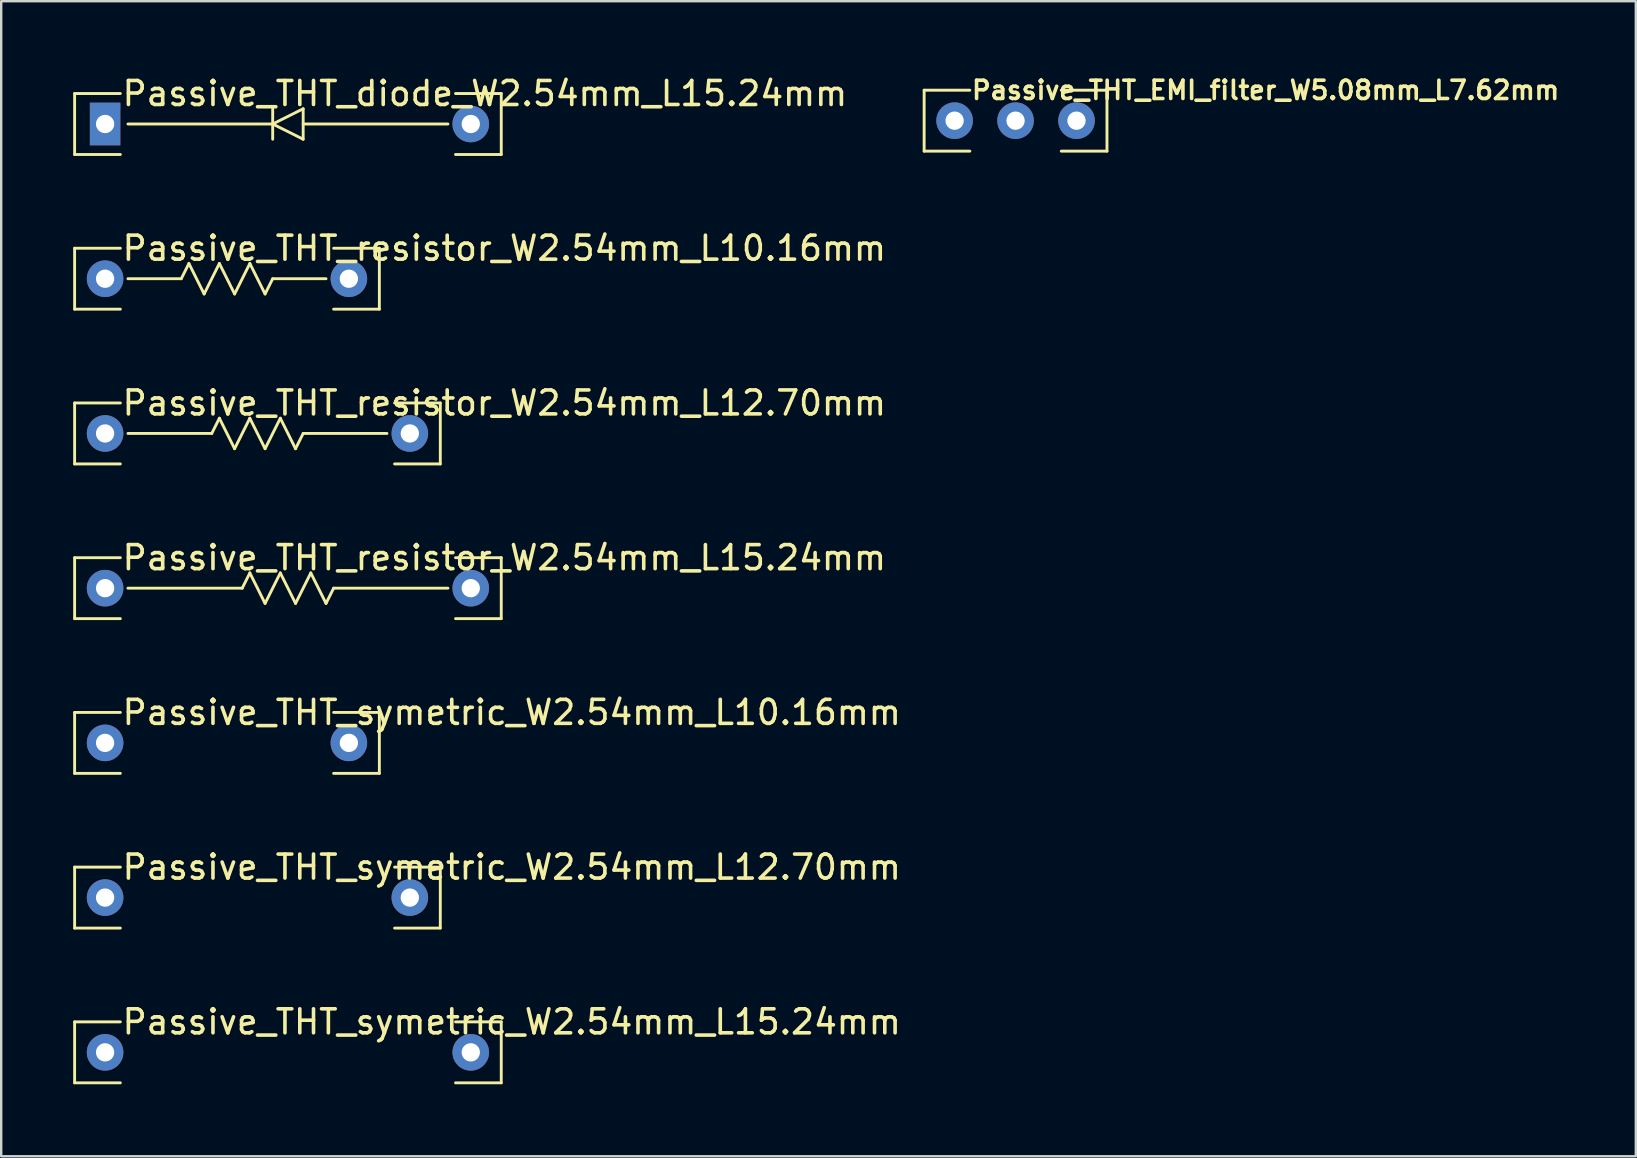
<source format=kicad_pcb>
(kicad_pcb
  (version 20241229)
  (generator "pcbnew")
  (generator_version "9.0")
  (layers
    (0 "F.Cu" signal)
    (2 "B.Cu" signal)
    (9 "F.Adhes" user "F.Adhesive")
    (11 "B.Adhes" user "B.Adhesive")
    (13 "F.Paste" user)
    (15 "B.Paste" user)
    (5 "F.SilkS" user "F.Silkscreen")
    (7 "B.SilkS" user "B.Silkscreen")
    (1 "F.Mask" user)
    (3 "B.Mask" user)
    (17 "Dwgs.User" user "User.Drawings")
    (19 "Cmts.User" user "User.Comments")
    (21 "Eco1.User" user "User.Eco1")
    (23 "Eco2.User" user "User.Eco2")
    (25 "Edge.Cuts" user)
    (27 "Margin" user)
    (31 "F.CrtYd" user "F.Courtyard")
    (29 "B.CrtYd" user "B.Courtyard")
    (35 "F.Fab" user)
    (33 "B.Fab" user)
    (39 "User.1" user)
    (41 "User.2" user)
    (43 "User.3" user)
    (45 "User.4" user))
  (footprint "Passive_THT_resistor_W2.54mm_L10.16mm"
    (layer "F.Cu")
    (at 6.41 8.566)
    (property "Reference" "Passive_THT_resistor_W2.54mm_L10.16mm" (at -4.445 -1.27 0) (layer "F.SilkS") (effects (font (size 1 1) (thickness 0.15)) (justify left)))
    (attr through_hole)
    (fp_line (start -6.35 -1.27) (end -4.445 -1.27) (stroke (width 0.12) (type solid)) (layer "F.SilkS"))
    (fp_line (start -6.35 1.27) (end -6.35 -1.27) (stroke (width 0.12) (type solid)) (layer "F.SilkS"))
    (fp_line (start -4.445 1.27) (end -6.35 1.27) (stroke (width 0.12) (type solid)) (layer "F.SilkS"))
    (fp_line (start -4.128 0) (end -1.905 0) (stroke (width 0.12) (type solid)) (layer "F.SilkS"))
    (fp_line (start -1.905 0) (end -1.587 -0.635) (stroke (width 0.12) (type solid)) (layer "F.SilkS"))
    (fp_line (start -1.587 -0.635) (end -0.953 0.635) (stroke (width 0.12) (type solid)) (layer "F.SilkS"))
    (fp_line (start -0.953 0.635) (end -0.318 -0.635) (stroke (width 0.12) (type solid)) (layer "F.SilkS"))
    (fp_line (start -0.318 -0.635) (end 0.318 0.635) (stroke (width 0.12) (type solid)) (layer "F.SilkS"))
    (fp_line (start 0.318 0.635) (end 0.953 -0.635) (stroke (width 0.12) (type solid)) (layer "F.SilkS"))
    (fp_line (start 0.953 -0.635) (end 1.587 0.635) (stroke (width 0.12) (type solid)) (layer "F.SilkS"))
    (fp_line (start 1.587 0.635) (end 1.905 0) (stroke (width 0.12) (type solid)) (layer "F.SilkS"))
    (fp_line (start 1.905 0) (end 4.128 0) (stroke (width 0.12) (type solid)) (layer "F.SilkS"))
    (fp_line (start 4.445 -1.27) (end 6.35 -1.27) (stroke (width 0.12) (type solid)) (layer "F.SilkS"))
    (fp_line (start 6.35 -1.27) (end 6.35 1.27) (stroke (width 0.12) (type solid)) (layer "F.SilkS"))
    (fp_line (start 6.35 1.27) (end 4.445 1.27) (stroke (width 0.12) (type solid)) (layer "F.SilkS"))
    (pad "1" thru_hole circle (at -5.08 0) (size 1.524 1.524) (drill 0.762) (layers "*.Cu" "*.Mask"))
    (pad "2" thru_hole circle (at 5.08 0) (size 1.524 1.524) (drill 0.762) (layers "*.Cu" "*.Mask")))
  (footprint "Passive_THT_resistor_W2.54mm_L12.70mm"
    (layer "F.Cu")
    (at 7.68 15.015)
    (property "Reference" "Passive_THT_resistor_W2.54mm_L12.70mm" (at -5.715 -1.27 0) (layer "F.SilkS") (effects (font (size 1 1) (thickness 0.15)) (justify left)))
    (attr through_hole)
    (fp_line (start -7.62 -1.27) (end -5.715 -1.27) (stroke (width 0.12) (type solid)) (layer "F.SilkS"))
    (fp_line (start -7.62 1.27) (end -7.62 -1.27) (stroke (width 0.12) (type solid)) (layer "F.SilkS"))
    (fp_line (start -5.715 1.27) (end -7.62 1.27) (stroke (width 0.12) (type solid)) (layer "F.SilkS"))
    (fp_line (start -5.397 0) (end -1.905 0) (stroke (width 0.12) (type solid)) (layer "F.SilkS"))
    (fp_line (start -1.905 0) (end -1.587 -0.635) (stroke (width 0.12) (type solid)) (layer "F.SilkS"))
    (fp_line (start -1.587 -0.635) (end -0.953 0.635) (stroke (width 0.12) (type solid)) (layer "F.SilkS"))
    (fp_line (start -0.953 0.635) (end -0.318 -0.635) (stroke (width 0.12) (type solid)) (layer "F.SilkS"))
    (fp_line (start -0.318 -0.635) (end 0.318 0.635) (stroke (width 0.12) (type solid)) (layer "F.SilkS"))
    (fp_line (start 0.318 0.635) (end 0.953 -0.635) (stroke (width 0.12) (type solid)) (layer "F.SilkS"))
    (fp_line (start 0.953 -0.635) (end 1.587 0.635) (stroke (width 0.12) (type solid)) (layer "F.SilkS"))
    (fp_line (start 1.587 0.635) (end 1.905 0) (stroke (width 0.12) (type solid)) (layer "F.SilkS"))
    (fp_line (start 1.905 0) (end 5.397 0) (stroke (width 0.12) (type solid)) (layer "F.SilkS"))
    (fp_line (start 5.715 -1.27) (end 7.62 -1.27) (stroke (width 0.12) (type solid)) (layer "F.SilkS"))
    (fp_line (start 7.62 -1.27) (end 7.62 1.27) (stroke (width 0.12) (type solid)) (layer "F.SilkS"))
    (fp_line (start 7.62 1.27) (end 5.715 1.27) (stroke (width 0.12) (type solid)) (layer "F.SilkS"))
    (pad "1" thru_hole circle (at -6.35 0) (size 1.524 1.524) (drill 0.762) (layers "*.Cu" "*.Mask"))
    (pad "2" thru_hole circle (at 6.35 0) (size 1.524 1.524) (drill 0.762) (layers "*.Cu" "*.Mask")))
  (footprint "Passive_THT_symetric_W2.54mm_L15.24mm"
    (layer "F.Cu")
    (at 8.95 40.808)
    (property "Reference" "Passive_THT_symetric_W2.54mm_L15.24mm" (at -6.985 -1.27 0) (layer "F.SilkS") (effects (font (size 1 1) (thickness 0.15)) (justify left)))
    (attr through_hole)
    (fp_line (start -8.89 -1.27) (end -6.985 -1.27) (stroke (width 0.12) (type solid)) (layer "F.SilkS"))
    (fp_line (start -8.89 1.27) (end -8.89 -1.27) (stroke (width 0.12) (type solid)) (layer "F.SilkS"))
    (fp_line (start -6.985 1.27) (end -8.89 1.27) (stroke (width 0.12) (type solid)) (layer "F.SilkS"))
    (fp_line (start 6.985 -1.27) (end 8.89 -1.27) (stroke (width 0.12) (type solid)) (layer "F.SilkS"))
    (fp_line (start 8.89 -1.27) (end 8.89 1.27) (stroke (width 0.12) (type solid)) (layer "F.SilkS"))
    (fp_line (start 8.89 1.27) (end 6.985 1.27) (stroke (width 0.12) (type solid)) (layer "F.SilkS"))
    (pad "1" thru_hole circle (at -7.62 0) (size 1.524 1.524) (drill 0.762) (layers "*.Cu" "*.Mask"))
    (pad "2" thru_hole circle (at 7.62 0) (size 1.524 1.524) (drill 0.762) (layers "*.Cu" "*.Mask")))
  (footprint "Passive_THT_symetric_W2.54mm_L10.16mm"
    (layer "F.Cu")
    (at 6.41 27.911)
    (property "Reference" "Passive_THT_symetric_W2.54mm_L10.16mm" (at -4.445 -1.27 0) (layer "F.SilkS") (effects (font (size 1 1) (thickness 0.15)) (justify left)))
    (attr through_hole)
    (fp_line (start -6.35 -1.27) (end -4.445 -1.27) (stroke (width 0.12) (type solid)) (layer "F.SilkS"))
    (fp_line (start -6.35 1.27) (end -6.35 -1.27) (stroke (width 0.12) (type solid)) (layer "F.SilkS"))
    (fp_line (start -4.445 1.27) (end -6.35 1.27) (stroke (width 0.12) (type solid)) (layer "F.SilkS"))
    (fp_line (start 4.445 -1.27) (end 6.35 -1.27) (stroke (width 0.12) (type solid)) (layer "F.SilkS"))
    (fp_line (start 6.35 -1.27) (end 6.35 1.27) (stroke (width 0.12) (type solid)) (layer "F.SilkS"))
    (fp_line (start 6.35 1.27) (end 4.445 1.27) (stroke (width 0.12) (type solid)) (layer "F.SilkS"))
    (pad "1" thru_hole circle (at -5.08 0) (size 1.524 1.524) (drill 0.762) (layers "*.Cu" "*.Mask"))
    (pad "2" thru_hole circle (at 5.08 0) (size 1.524 1.524) (drill 0.762) (layers "*.Cu" "*.Mask")))
  (footprint "Passive_THT_resistor_W2.54mm_L15.24mm"
    (layer "F.Cu")
    (at 8.95 21.463)
    (property "Reference" "Passive_THT_resistor_W2.54mm_L15.24mm" (at -6.985 -1.27 0) (layer "F.SilkS") (effects (font (size 1 1) (thickness 0.15)) (justify left)))
    (attr through_hole)
    (fp_line (start -8.89 -1.27) (end -6.985 -1.27) (stroke (width 0.12) (type solid)) (layer "F.SilkS"))
    (fp_line (start -8.89 1.27) (end -8.89 -1.27) (stroke (width 0.12) (type solid)) (layer "F.SilkS"))
    (fp_line (start -6.985 1.27) (end -8.89 1.27) (stroke (width 0.12) (type solid)) (layer "F.SilkS"))
    (fp_line (start -1.905 0) (end -6.668 0) (stroke (width 0.12) (type solid)) (layer "F.SilkS"))
    (fp_line (start -1.905 0) (end -1.587 -0.635) (stroke (width 0.12) (type solid)) (layer "F.SilkS"))
    (fp_line (start -1.587 -0.635) (end -0.953 0.635) (stroke (width 0.12) (type solid)) (layer "F.SilkS"))
    (fp_line (start -0.953 0.635) (end -0.318 -0.635) (stroke (width 0.12) (type solid)) (layer "F.SilkS"))
    (fp_line (start -0.318 -0.635) (end 0.318 0.635) (stroke (width 0.12) (type solid)) (layer "F.SilkS"))
    (fp_line (start 0.318 0.635) (end 0.953 -0.635) (stroke (width 0.12) (type solid)) (layer "F.SilkS"))
    (fp_line (start 0.953 -0.635) (end 1.587 0.635) (stroke (width 0.12) (type solid)) (layer "F.SilkS"))
    (fp_line (start 1.587 0.635) (end 1.905 0) (stroke (width 0.12) (type solid)) (layer "F.SilkS"))
    (fp_line (start 1.905 0) (end 6.668 0) (stroke (width 0.12) (type solid)) (layer "F.SilkS"))
    (fp_line (start 6.985 -1.27) (end 8.89 -1.27) (stroke (width 0.12) (type solid)) (layer "F.SilkS"))
    (fp_line (start 8.89 -1.27) (end 8.89 1.27) (stroke (width 0.12) (type solid)) (layer "F.SilkS"))
    (fp_line (start 8.89 1.27) (end 6.985 1.27) (stroke (width 0.12) (type solid)) (layer "F.SilkS"))
    (pad "1" thru_hole circle (at -7.62 0) (size 1.524 1.524) (drill 0.762) (layers "*.Cu" "*.Mask"))
    (pad "2" thru_hole circle (at 7.62 0) (size 1.524 1.524) (drill 0.762) (layers "*.Cu" "*.Mask")))
  (footprint "Passive_THT_EMI_filter_W5.08mm_L7.62mm"
    (layer "F.Cu")
    (at 39.275 1.979)
    (property "Reference" "Passive_THT_EMI_filter_W5.08mm_L7.62mm" (at -1.905 -1.27 0) (layer "F.SilkS") (effects (font (size 0.762 0.762) (thickness 0.15)) (justify left)))
    (attr through_hole)
    (fp_line (start -3.81 -1.27) (end -1.905 -1.27) (stroke (width 0.12) (type solid)) (layer "F.SilkS"))
    (fp_line (start -3.81 1.27) (end -3.81 -1.27) (stroke (width 0.12) (type solid)) (layer "F.SilkS"))
    (fp_line (start -1.905 1.27) (end -3.81 1.27) (stroke (width 0.12) (type solid)) (layer "F.SilkS"))
    (fp_line (start 1.905 -1.27) (end 3.81 -1.27) (stroke (width 0.12) (type solid)) (layer "F.SilkS"))
    (fp_line (start 3.81 -1.27) (end 3.81 1.27) (stroke (width 0.12) (type solid)) (layer "F.SilkS"))
    (fp_line (start 3.81 1.27) (end 1.905 1.27) (stroke (width 0.12) (type solid)) (layer "F.SilkS"))
    (pad "1" thru_hole circle (at -2.54 0) (size 1.524 1.524) (drill 0.762) (layers "*.Cu" "*.Mask"))
    (pad "2" thru_hole circle (at 0 0) (size 1.524 1.524) (drill 0.762) (layers "*.Cu" "*.Mask"))
    (pad "3" thru_hole circle (at 2.54 0) (size 1.524 1.524) (drill 0.762) (layers "*.Cu" "*.Mask")))
  (footprint "Passive_THT_symetric_W2.54mm_L12.70mm"
    (layer "F.Cu")
    (at 7.68 34.359)
    (property "Reference" "Passive_THT_symetric_W2.54mm_L12.70mm" (at -5.715 -1.27 0) (layer "F.SilkS") (effects (font (size 1 1) (thickness 0.15)) (justify left)))
    (attr through_hole)
    (fp_line (start -7.62 -1.27) (end -5.715 -1.27) (stroke (width 0.12) (type solid)) (layer "F.SilkS"))
    (fp_line (start -7.62 1.27) (end -7.62 -1.27) (stroke (width 0.12) (type solid)) (layer "F.SilkS"))
    (fp_line (start -5.715 1.27) (end -7.62 1.27) (stroke (width 0.12) (type solid)) (layer "F.SilkS"))
    (fp_line (start 5.715 -1.27) (end 7.62 -1.27) (stroke (width 0.12) (type solid)) (layer "F.SilkS"))
    (fp_line (start 7.62 -1.27) (end 7.62 1.27) (stroke (width 0.12) (type solid)) (layer "F.SilkS"))
    (fp_line (start 7.62 1.27) (end 5.715 1.27) (stroke (width 0.12) (type solid)) (layer "F.SilkS"))
    (pad "1" thru_hole circle (at -6.35 0) (size 1.524 1.524) (drill 0.762) (layers "*.Cu" "*.Mask"))
    (pad "2" thru_hole circle (at 6.35 0) (size 1.524 1.524) (drill 0.762) (layers "*.Cu" "*.Mask")))
  (footprint "Passive_THT_diode_W2.54mm_L15.24mm"
    (layer "F.Cu")
    (at 8.95 2.118)
    (property "Reference" "Passive_THT_diode_W2.54mm_L15.24mm" (at -6.985 -1.27 0) (layer "F.SilkS") (effects (font (size 1 1) (thickness 0.15)) (justify left)))
    (attr through_hole)
    (fp_line (start -8.89 -1.27) (end -6.985 -1.27) (stroke (width 0.12) (type solid)) (layer "F.SilkS"))
    (fp_line (start -8.89 1.27) (end -8.89 -1.27) (stroke (width 0.12) (type solid)) (layer "F.SilkS"))
    (fp_line (start -6.985 1.27) (end -8.89 1.27) (stroke (width 0.12) (type solid)) (layer "F.SilkS"))
    (fp_line (start -0.635 -0.635) (end -0.635 0.635) (stroke (width 0.12) (type solid)) (layer "F.SilkS"))
    (fp_line (start -0.635 0) (end -6.668 0) (stroke (width 0.12) (type solid)) (layer "F.SilkS"))
    (fp_line (start -0.635 0) (end 0.635 0.635) (stroke (width 0.12) (type solid)) (layer "F.SilkS"))
    (fp_line (start 0.635 -0.635) (end -0.635 0) (stroke (width 0.12) (type solid)) (layer "F.SilkS"))
    (fp_line (start 0.635 0) (end 6.668 0) (stroke (width 0.12) (type solid)) (layer "F.SilkS"))
    (fp_line (start 0.635 0.635) (end 0.635 -0.635) (stroke (width 0.12) (type solid)) (layer "F.SilkS"))
    (fp_line (start 6.985 -1.27) (end 8.89 -1.27) (stroke (width 0.12) (type solid)) (layer "F.SilkS"))
    (fp_line (start 8.89 -1.27) (end 8.89 1.27) (stroke (width 0.12) (type solid)) (layer "F.SilkS"))
    (fp_line (start 8.89 1.27) (end 6.985 1.27) (stroke (width 0.12) (type solid)) (layer "F.SilkS"))
    (pad "1" thru_hole rect (at -7.62 0) (size 1.27 1.778) (drill 0.762) (layers "*.Cu" "*.Mask"))
    (pad "2" thru_hole circle (at 7.62 0) (size 1.524 1.524) (drill 0.762) (layers "*.Cu" "*.Mask")))
  (gr_rect
    (start -3 -3)
    (end 65.125 45.138)
    (stroke (width 0.1) (type default))
    (fill no)
    (layer "Edge.Cuts")))
</source>
